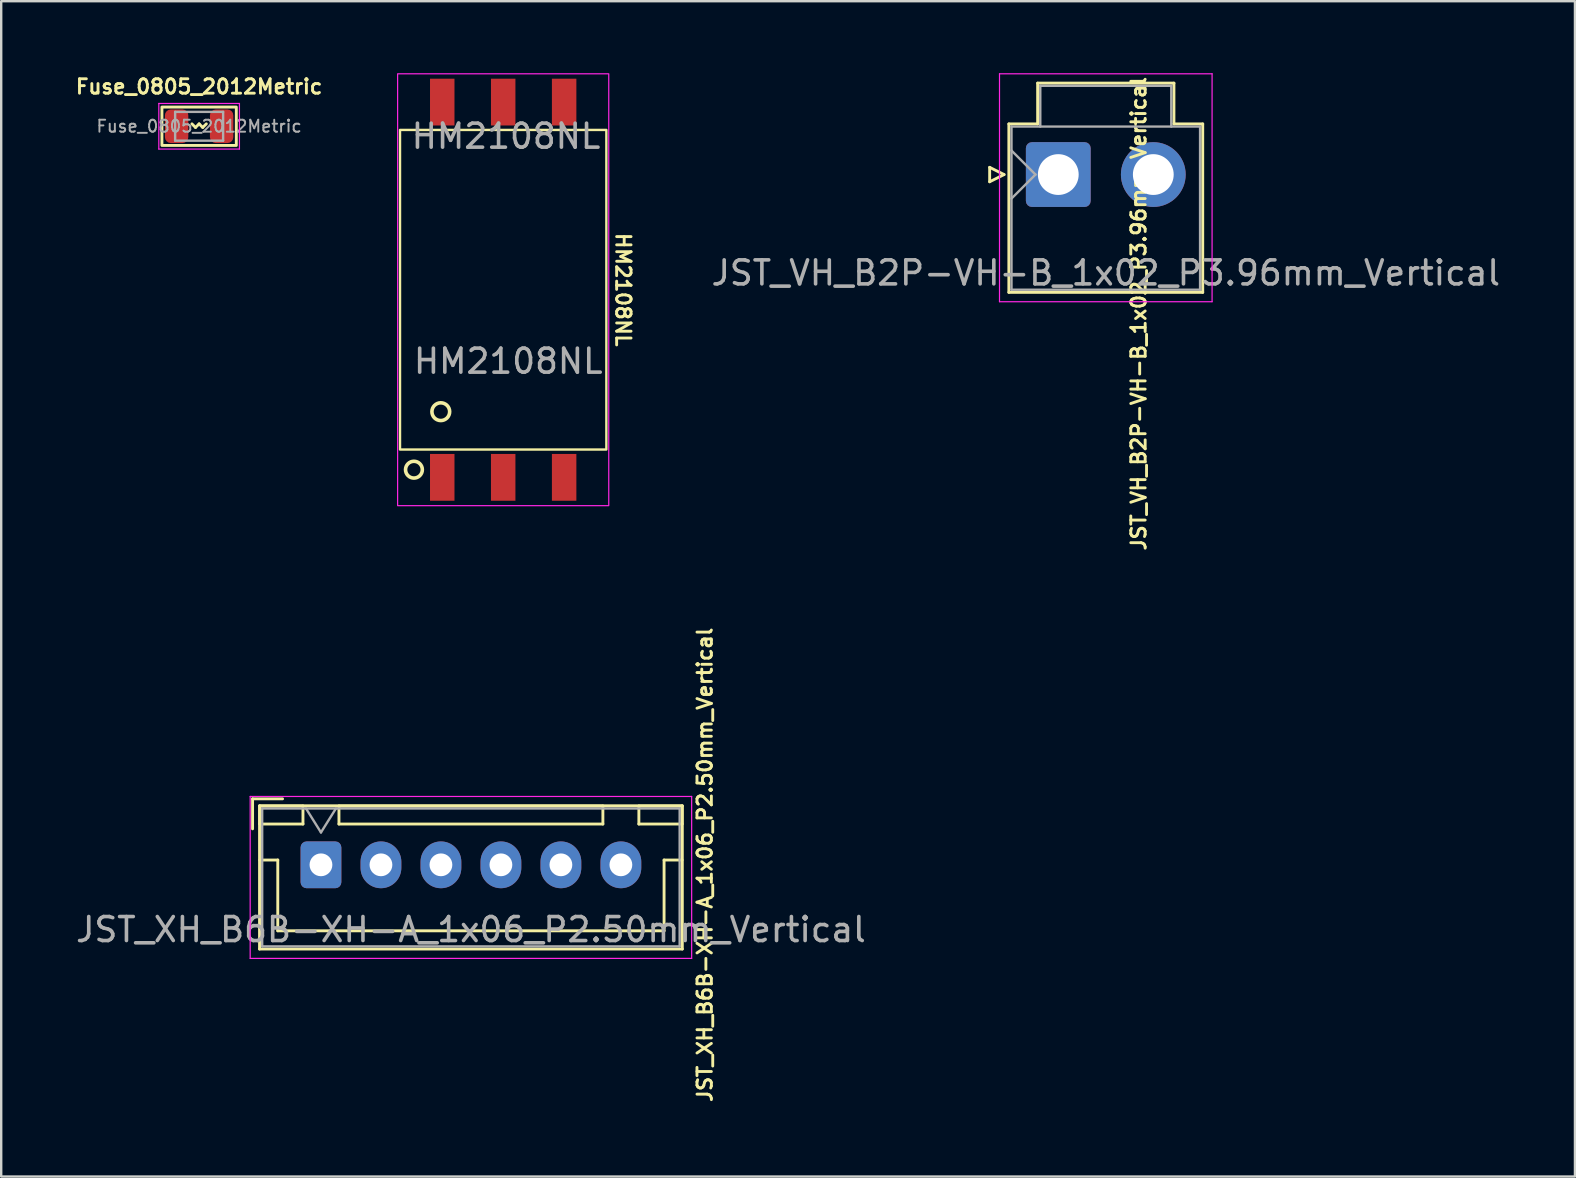
<source format=kicad_pcb>
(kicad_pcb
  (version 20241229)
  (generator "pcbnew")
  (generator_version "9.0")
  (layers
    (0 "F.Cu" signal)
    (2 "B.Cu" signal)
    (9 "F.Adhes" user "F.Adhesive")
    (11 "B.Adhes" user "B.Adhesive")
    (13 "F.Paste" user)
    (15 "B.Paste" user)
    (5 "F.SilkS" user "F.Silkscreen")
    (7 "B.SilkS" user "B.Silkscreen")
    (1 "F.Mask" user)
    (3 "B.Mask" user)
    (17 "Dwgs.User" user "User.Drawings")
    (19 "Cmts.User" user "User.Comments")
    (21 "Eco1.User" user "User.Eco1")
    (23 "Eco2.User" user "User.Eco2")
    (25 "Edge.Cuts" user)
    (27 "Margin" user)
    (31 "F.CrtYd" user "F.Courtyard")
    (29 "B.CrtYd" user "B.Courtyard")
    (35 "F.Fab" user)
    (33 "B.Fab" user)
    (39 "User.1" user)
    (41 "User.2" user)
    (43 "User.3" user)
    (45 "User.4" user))
  (footprint "JST_VH_B2P-VH-B_1x02_P3.96mm_Vertical"
    (layer "F.Cu")
    (at 41.057 4.225)
    (property "Reference" "JST_VH_B2P-VH-B_1x02_P3.96mm_Vertical" (at 3.35 5.8 270) (layer "F.SilkS") (effects (font (size 0.6 0.6) (thickness 0.12))))
    (attr through_hole)
    (fp_line (start -2.86 -0.3) (end -2.26 0) (stroke (width 0.12) (type solid)) (layer "F.SilkS"))
    (fp_line (start -2.86 0.3) (end -2.86 -0.3) (stroke (width 0.12) (type solid)) (layer "F.SilkS"))
    (fp_line (start -2.26 0) (end -2.86 0.3) (stroke (width 0.12) (type solid)) (layer "F.SilkS"))
    (fp_line (start -2.06 -2.11) (end -0.86 -2.11) (stroke (width 0.12) (type solid)) (layer "F.SilkS"))
    (fp_line (start -2.06 4.91) (end -2.06 -2.11) (stroke (width 0.12) (type solid)) (layer "F.SilkS"))
    (fp_line (start -0.86 -3.81) (end 4.82 -3.81) (stroke (width 0.12) (type solid)) (layer "F.SilkS"))
    (fp_line (start -0.86 -2.11) (end -0.86 -3.81) (stroke (width 0.12) (type solid)) (layer "F.SilkS"))
    (fp_line (start 4.82 -3.81) (end 4.82 -2.11) (stroke (width 0.12) (type solid)) (layer "F.SilkS"))
    (fp_line (start 4.82 -2.11) (end 6.02 -2.11) (stroke (width 0.12) (type solid)) (layer "F.SilkS"))
    (fp_line (start 6.02 -2.11) (end 6.02 4.91) (stroke (width 0.12) (type solid)) (layer "F.SilkS"))
    (fp_line (start 6.02 4.91) (end -2.06 4.91) (stroke (width 0.12) (type solid)) (layer "F.SilkS"))
    (fp_line (start -2.45 -4.2) (end -2.45 5.3) (stroke (width 0.05) (type solid)) (layer "F.CrtYd"))
    (fp_line (start -2.45 5.3) (end 6.41 5.3) (stroke (width 0.05) (type solid)) (layer "F.CrtYd"))
    (fp_line (start 6.41 -4.2) (end -2.45 -4.2) (stroke (width 0.05) (type solid)) (layer "F.CrtYd"))
    (fp_line (start 6.41 5.3) (end 6.41 -4.2) (stroke (width 0.05) (type solid)) (layer "F.CrtYd"))
    (fp_line (start -1.95 -2) (end -1.95 4.8) (stroke (width 0.1) (type solid)) (layer "F.Fab"))
    (fp_line (start -1.95 -1) (end -0.95 0) (stroke (width 0.1) (type solid)) (layer "F.Fab"))
    (fp_line (start -1.95 1) (end -0.95 0) (stroke (width 0.1) (type solid)) (layer "F.Fab"))
    (fp_line (start -1.95 4.8) (end 5.91 4.8) (stroke (width 0.1) (type solid)) (layer "F.Fab"))
    (fp_line (start -0.75 -3.7) (end 4.71 -3.7) (stroke (width 0.1) (type solid)) (layer "F.Fab"))
    (fp_line (start -0.75 -2) (end -0.75 -3.7) (stroke (width 0.1) (type solid)) (layer "F.Fab"))
    (fp_line (start 4.71 -3.7) (end 4.71 -2) (stroke (width 0.1) (type solid)) (layer "F.Fab"))
    (fp_line (start 5.91 -2) (end -1.95 -2) (stroke (width 0.1) (type solid)) (layer "F.Fab"))
    (fp_line (start 5.91 4.8) (end 5.91 -2) (stroke (width 0.1) (type solid)) (layer "F.Fab"))
    (fp_text user "${REFERENCE}" (at 1.98 4.1 180) (layer "F.Fab") (effects (font (size 1 1) (thickness 0.15))))
    (pad "1" thru_hole roundrect (at 0 0) (size 2.7 2.7) (drill 1.7) (layers "*.Cu" "*.Mask") (roundrect_rratio 0.093))
    (pad "2" thru_hole circle (at 3.96 0) (size 2.7 2.7) (drill 1.7) (layers "*.Cu" "*.Mask")))
  (footprint "Fuse_0805_2012Metric"
    (layer "F.Cu")
    (at 5.249 2.212)
    (property "Reference" "Fuse_0805_2012Metric" (at 0 -1.65 0) (layer "F.SilkS") (effects (font (size 0.6 0.6) (thickness 0.12))))
    (attr smd)
    (fp_line (start -0.3 -0.1) (end -0.15 0.05) (stroke (width 0.12) (type default)) (layer "F.SilkS"))
    (fp_line (start -0.15 0.05) (end 0 -0.1) (stroke (width 0.12) (type default)) (layer "F.SilkS"))
    (fp_line (start 0 -0.1) (end 0.15 0.05) (stroke (width 0.12) (type default)) (layer "F.SilkS"))
    (fp_line (start 0.15 0.05) (end 0.3 -0.1) (stroke (width 0.12) (type default)) (layer "F.SilkS"))
    (fp_rect (start -1.55 -0.8) (end 1.55 0.8) (stroke (width 0.12) (type default)) (fill no) (layer "F.SilkS"))
    (fp_line (start -1.68 -0.95) (end 1.68 -0.95) (stroke (width 0.05) (type solid)) (layer "F.CrtYd"))
    (fp_line (start -1.68 0.95) (end -1.68 -0.95) (stroke (width 0.05) (type solid)) (layer "F.CrtYd"))
    (fp_line (start 1.68 -0.95) (end 1.68 0.95) (stroke (width 0.05) (type solid)) (layer "F.CrtYd"))
    (fp_line (start 1.68 0.95) (end -1.68 0.95) (stroke (width 0.05) (type solid)) (layer "F.CrtYd"))
    (fp_line (start -1 -0.6) (end 1 -0.6) (stroke (width 0.1) (type solid)) (layer "F.Fab"))
    (fp_line (start -1 0.6) (end -1 -0.6) (stroke (width 0.1) (type solid)) (layer "F.Fab"))
    (fp_line (start 1 -0.6) (end 1 0.6) (stroke (width 0.1) (type solid)) (layer "F.Fab"))
    (fp_line (start 1 0.6) (end -1 0.6) (stroke (width 0.1) (type solid)) (layer "F.Fab"))
    (fp_text user "${REFERENCE}" (at 0 0 0) (layer "F.Fab") (effects (font (size 0.5 0.5) (thickness 0.08))))
    (pad "1" smd roundrect (at -0.938 0) (size 0.975 1.4) (layers "F.Cu" "F.Mask" "F.Paste") (roundrect_rratio 0.25))
    (pad "2" smd roundrect (at 0.938 0) (size 0.975 1.4) (layers "F.Cu" "F.Mask" "F.Paste") (roundrect_rratio 0.25)))
  (footprint "HM2108NL"
    (layer "F.Cu")
    (at 17.922 9.025)
    (property "Reference" "HM2108NL" (at 5 0 270) (unlocked yes) (layer "F.SilkS") (effects (font (size 0.6 0.6) (thickness 0.12))))
    (attr smd)
    (fp_rect (start -4.3 -6.66) (end 4.3 6.66) (stroke (width 0.1) (type default)) (fill no) (layer "F.SilkS"))
    (fp_circle (center -3.72 7.5) (end -3.37 7.49) (stroke (width 0.15) (type solid)) (fill no) (layer "F.SilkS"))
    (fp_circle (center -2.601 5.083) (end -2.245 4.982) (stroke (width 0.15) (type solid)) (fill no) (layer "F.SilkS"))
    (fp_rect (start -4.4 -9) (end 4.4 9) (stroke (width 0.05) (type default)) (fill no) (layer "F.CrtYd"))
    (fp_text user "${REFERENCE}" (at 0.21 2.98 0) (unlocked yes) (layer "F.Fab") (effects (font (size 1 1) (thickness 0.15))))
    (fp_text user "${REFERENCE}" (at 0.117 -6.397 0) (layer "F.Fab") (effects (font (size 1 1) (thickness 0.15))))
    (pad "1" smd rect (at -2.54 7.82) (size 1.02 1.95) (layers "F.Cu" "F.Mask" "F.Paste"))
    (pad "2" smd rect (at 0 7.82) (size 1.02 1.95) (layers "F.Cu" "F.Mask" "F.Paste"))
    (pad "3" smd rect (at 2.54 7.82) (size 1.02 1.95) (layers "F.Cu" "F.Mask" "F.Paste"))
    (pad "4" smd rect (at 2.54 -7.82) (size 1.02 1.95) (layers "F.Cu" "F.Mask" "F.Paste"))
    (pad "5" smd rect (at 0 -7.82) (size 1.02 1.95) (layers "F.Cu" "F.Mask" "F.Paste"))
    (pad "6" smd rect (at -2.54 -7.82) (size 1.02 1.95) (layers "F.Cu" "F.Mask" "F.Paste")))
  (footprint "JST_XH_B6B-XH-A_1x06_P2.50mm_Vertical"
    (layer "F.Cu")
    (at 10.327 32.994)
    (property "Reference" "JST_XH_B6B-XH-A_1x06_P2.50mm_Vertical" (at 16 0 90) (layer "F.SilkS") (effects (font (size 0.6 0.6) (thickness 0.12) (bold yes))))
    (attr through_hole)
    (fp_line (start -2.85 -2.75) (end -2.85 -1.5) (stroke (width 0.12) (type solid)) (layer "F.SilkS"))
    (fp_line (start -2.56 -2.46) (end -2.56 3.51) (stroke (width 0.12) (type solid)) (layer "F.SilkS"))
    (fp_line (start -2.56 3.51) (end 15.06 3.51) (stroke (width 0.12) (type solid)) (layer "F.SilkS"))
    (fp_line (start -2.55 -2.45) (end -2.55 -1.7) (stroke (width 0.12) (type solid)) (layer "F.SilkS"))
    (fp_line (start -2.55 -1.7) (end -0.75 -1.7) (stroke (width 0.12) (type solid)) (layer "F.SilkS"))
    (fp_line (start -2.55 -0.2) (end -1.8 -0.2) (stroke (width 0.12) (type solid)) (layer "F.SilkS"))
    (fp_line (start -1.8 -0.2) (end -1.8 2.75) (stroke (width 0.12) (type solid)) (layer "F.SilkS"))
    (fp_line (start -1.8 2.75) (end 6.25 2.75) (stroke (width 0.12) (type solid)) (layer "F.SilkS"))
    (fp_line (start -1.6 -2.75) (end -2.85 -2.75) (stroke (width 0.12) (type solid)) (layer "F.SilkS"))
    (fp_line (start -0.75 -2.45) (end -2.55 -2.45) (stroke (width 0.12) (type solid)) (layer "F.SilkS"))
    (fp_line (start -0.75 -1.7) (end -0.75 -2.45) (stroke (width 0.12) (type solid)) (layer "F.SilkS"))
    (fp_line (start 0.75 -2.45) (end 0.75 -1.7) (stroke (width 0.12) (type solid)) (layer "F.SilkS"))
    (fp_line (start 0.75 -1.7) (end 11.75 -1.7) (stroke (width 0.12) (type solid)) (layer "F.SilkS"))
    (fp_line (start 11.75 -2.45) (end 0.75 -2.45) (stroke (width 0.12) (type solid)) (layer "F.SilkS"))
    (fp_line (start 11.75 -1.7) (end 11.75 -2.45) (stroke (width 0.12) (type solid)) (layer "F.SilkS"))
    (fp_line (start 13.25 -2.45) (end 13.25 -1.7) (stroke (width 0.12) (type solid)) (layer "F.SilkS"))
    (fp_line (start 13.25 -1.7) (end 15.05 -1.7) (stroke (width 0.12) (type solid)) (layer "F.SilkS"))
    (fp_line (start 14.3 -0.2) (end 14.3 2.75) (stroke (width 0.12) (type solid)) (layer "F.SilkS"))
    (fp_line (start 14.3 2.75) (end 6.25 2.75) (stroke (width 0.12) (type solid)) (layer "F.SilkS"))
    (fp_line (start 15.05 -2.45) (end 13.25 -2.45) (stroke (width 0.12) (type solid)) (layer "F.SilkS"))
    (fp_line (start 15.05 -1.7) (end 15.05 -2.45) (stroke (width 0.12) (type solid)) (layer "F.SilkS"))
    (fp_line (start 15.05 -0.2) (end 14.3 -0.2) (stroke (width 0.12) (type solid)) (layer "F.SilkS"))
    (fp_line (start 15.06 -2.46) (end -2.56 -2.46) (stroke (width 0.12) (type solid)) (layer "F.SilkS"))
    (fp_line (start 15.06 3.51) (end 15.06 -2.46) (stroke (width 0.12) (type solid)) (layer "F.SilkS"))
    (fp_line (start -2.95 -2.85) (end -2.95 3.9) (stroke (width 0.05) (type solid)) (layer "F.CrtYd"))
    (fp_line (start -2.95 3.9) (end 15.45 3.9) (stroke (width 0.05) (type solid)) (layer "F.CrtYd"))
    (fp_line (start 15.45 -2.85) (end -2.95 -2.85) (stroke (width 0.05) (type solid)) (layer "F.CrtYd"))
    (fp_line (start 15.45 3.9) (end 15.45 -2.85) (stroke (width 0.05) (type solid)) (layer "F.CrtYd"))
    (fp_line (start -2.45 -2.35) (end -2.45 3.4) (stroke (width 0.1) (type solid)) (layer "F.Fab"))
    (fp_line (start -2.45 3.4) (end 14.95 3.4) (stroke (width 0.1) (type solid)) (layer "F.Fab"))
    (fp_line (start -0.625 -2.35) (end 0 -1.35) (stroke (width 0.1) (type solid)) (layer "F.Fab"))
    (fp_line (start 0 -1.35) (end 0.625 -2.35) (stroke (width 0.1) (type solid)) (layer "F.Fab"))
    (fp_line (start 14.95 -2.35) (end -2.45 -2.35) (stroke (width 0.1) (type solid)) (layer "F.Fab"))
    (fp_line (start 14.95 3.4) (end 14.95 -2.35) (stroke (width 0.1) (type solid)) (layer "F.Fab"))
    (fp_text user "${REFERENCE}" (at 6.25 2.7 180) (layer "F.Fab") (effects (font (size 1 1) (thickness 0.15))))
    (pad "1" thru_hole roundrect (at 0 0) (size 1.7 1.95) (drill 0.95) (layers "*.Cu" "*.Mask") (roundrect_rratio 0.147))
    (pad "2" thru_hole oval (at 2.5 0) (size 1.7 1.95) (drill 0.95) (layers "*.Cu" "*.Mask"))
    (pad "3" thru_hole oval (at 5 0) (size 1.7 1.95) (drill 0.95) (layers "*.Cu" "*.Mask"))
    (pad "4" thru_hole oval (at 7.5 0) (size 1.7 1.95) (drill 0.95) (layers "*.Cu" "*.Mask"))
    (pad "5" thru_hole oval (at 10 0) (size 1.7 1.95) (drill 0.95) (layers "*.Cu" "*.Mask"))
    (pad "6" thru_hole oval (at 12.5 0) (size 1.7 1.95) (drill 0.95) (layers "*.Cu" "*.Mask")))
  (gr_rect
    (start -3 -3)
    (end 62.591 45.985)
    (stroke (width 0.1) (type default))
    (fill no)
    (layer "Edge.Cuts")))
</source>
